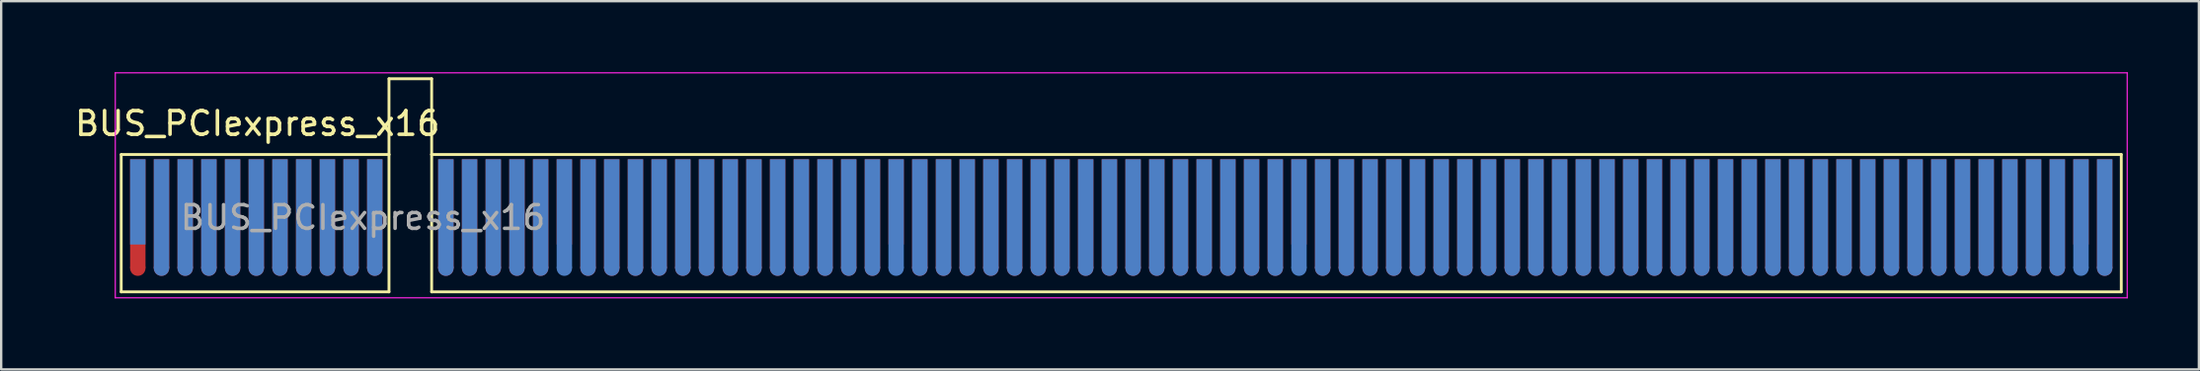
<source format=kicad_pcb>
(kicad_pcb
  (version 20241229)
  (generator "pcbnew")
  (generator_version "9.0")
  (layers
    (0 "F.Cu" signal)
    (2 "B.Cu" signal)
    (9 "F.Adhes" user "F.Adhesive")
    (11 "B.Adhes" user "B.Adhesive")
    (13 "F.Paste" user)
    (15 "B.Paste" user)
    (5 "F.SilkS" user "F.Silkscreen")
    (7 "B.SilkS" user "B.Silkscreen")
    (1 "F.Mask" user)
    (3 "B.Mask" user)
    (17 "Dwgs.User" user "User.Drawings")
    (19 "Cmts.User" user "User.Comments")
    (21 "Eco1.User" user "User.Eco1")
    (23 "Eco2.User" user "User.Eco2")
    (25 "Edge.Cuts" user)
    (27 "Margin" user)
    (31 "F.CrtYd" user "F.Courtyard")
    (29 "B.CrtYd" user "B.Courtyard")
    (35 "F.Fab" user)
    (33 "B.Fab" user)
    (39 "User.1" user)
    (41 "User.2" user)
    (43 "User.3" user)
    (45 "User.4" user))
  (footprint "BUS_PCIexpress_x16"
    (layer "F.Cu")
    (at 2.765 5.475)
    (property "Reference" "BUS_PCIexpress_x16" (at 5.05 -3.31 0) (layer "F.SilkS") (effects (font (size 1 1) (thickness 0.15))))
    (attr exclude_from_pos_files exclude_from_bom)
    (fp_line (start -0.7 -2) (end 10.6 -2) (stroke (width 0.12) (type solid)) (layer "F.SilkS"))
    (fp_line (start -0.7 3.8) (end -0.7 -2) (stroke (width 0.12) (type solid)) (layer "F.SilkS"))
    (fp_line (start 10.6 -5.2) (end 12.4 -5.2) (stroke (width 0.12) (type solid)) (layer "F.SilkS"))
    (fp_line (start 10.6 -2) (end 10.6 -5.2) (stroke (width 0.12) (type solid)) (layer "F.SilkS"))
    (fp_line (start 10.6 -2) (end 10.6 3.8) (stroke (width 0.12) (type solid)) (layer "F.SilkS"))
    (fp_line (start 10.6 3.8) (end -0.7 3.8) (stroke (width 0.12) (type solid)) (layer "F.SilkS"))
    (fp_line (start 12.4 -5.2) (end 12.4 -2) (stroke (width 0.12) (type solid)) (layer "F.SilkS"))
    (fp_line (start 12.4 -2) (end 12.4 3.8) (stroke (width 0.12) (type solid)) (layer "F.SilkS"))
    (fp_line (start 12.4 3.8) (end 83.7 3.8) (stroke (width 0.12) (type solid)) (layer "F.SilkS"))
    (fp_line (start 83.7 -2) (end 12.4 -2) (stroke (width 0.12) (type solid)) (layer "F.SilkS"))
    (fp_line (start 83.7 -2) (end 83.7 3.8) (stroke (width 0.12) (type solid)) (layer "F.SilkS"))
    (fp_line (start -0.95 -5.45) (end -0.95 4.05) (stroke (width 0.05) (type solid)) (layer "F.CrtYd"))
    (fp_line (start -0.95 -5.45) (end 83.95 -5.45) (stroke (width 0.05) (type solid)) (layer "F.CrtYd"))
    (fp_line (start 83.95 4.05) (end -0.95 4.05) (stroke (width 0.05) (type solid)) (layer "F.CrtYd"))
    (fp_line (start 83.95 4.05) (end 83.95 -5.45) (stroke (width 0.05) (type solid)) (layer "F.CrtYd"))
    (fp_text user "${REFERENCE}" (at 9.5 0.662 0) (layer "F.Fab") (effects (font (size 1 1) (thickness 0.15))))
    (pad "" connect circle (at 0 2.8) (size 0.65 0.65) (layers "F.Cu" "F.Mask"))
    (pad "" connect circle (at 1 2.8) (size 0.65 0.65) (layers "F.Cu" "F.Mask"))
    (pad "" connect circle (at 1 2.8) (size 0.65 0.65) (layers "B.Cu" "B.Mask"))
    (pad "" connect circle (at 2 2.8) (size 0.65 0.65) (layers "F.Cu" "F.Mask"))
    (pad "" connect circle (at 2 2.8) (size 0.65 0.65) (layers "B.Cu" "B.Mask"))
    (pad "" connect circle (at 3 2.8) (size 0.65 0.65) (layers "F.Cu" "F.Mask"))
    (pad "" connect circle (at 3 2.8) (size 0.65 0.65) (layers "B.Cu" "B.Mask"))
    (pad "" connect circle (at 4 2.8) (size 0.65 0.65) (layers "F.Cu" "F.Mask"))
    (pad "" connect circle (at 4 2.8) (size 0.65 0.65) (layers "B.Cu" "B.Mask"))
    (pad "" connect circle (at 5 2.8) (size 0.65 0.65) (layers "F.Cu" "F.Mask"))
    (pad "" connect circle (at 5 2.8) (size 0.65 0.65) (layers "B.Cu" "B.Mask"))
    (pad "" connect circle (at 6 2.8) (size 0.65 0.65) (layers "F.Cu" "F.Mask"))
    (pad "" connect circle (at 6 2.8) (size 0.65 0.65) (layers "B.Cu" "B.Mask"))
    (pad "" connect circle (at 7 2.8) (size 0.65 0.65) (layers "F.Cu" "F.Mask"))
    (pad "" connect circle (at 7 2.8) (size 0.65 0.65) (layers "B.Cu" "B.Mask"))
    (pad "" connect circle (at 8 2.8) (size 0.65 0.65) (layers "F.Cu" "F.Mask"))
    (pad "" connect circle (at 8 2.8) (size 0.65 0.65) (layers "B.Cu" "B.Mask"))
    (pad "" connect circle (at 9 2.8) (size 0.65 0.65) (layers "F.Cu" "F.Mask"))
    (pad "" connect circle (at 9 2.8) (size 0.65 0.65) (layers "B.Cu" "B.Mask"))
    (pad "" connect circle (at 10 2.8) (size 0.65 0.65) (layers "F.Cu" "F.Mask"))
    (pad "" connect circle (at 10 2.8) (size 0.65 0.65) (layers "B.Cu" "B.Mask"))
    (pad "" connect circle (at 13 2.8) (size 0.65 0.65) (layers "F.Cu" "F.Mask"))
    (pad "" connect circle (at 13 2.8) (size 0.65 0.65) (layers "B.Cu" "B.Mask"))
    (pad "" connect circle (at 14 2.8) (size 0.65 0.65) (layers "F.Cu" "F.Mask"))
    (pad "" connect circle (at 14 2.8) (size 0.65 0.65) (layers "B.Cu" "B.Mask"))
    (pad "" connect circle (at 15 2.8) (size 0.65 0.65) (layers "F.Cu" "F.Mask"))
    (pad "" connect circle (at 15 2.8) (size 0.65 0.65) (layers "B.Cu" "B.Mask"))
    (pad "" connect circle (at 16 2.8) (size 0.65 0.65) (layers "F.Cu" "F.Mask"))
    (pad "" connect circle (at 16 2.8) (size 0.65 0.65) (layers "B.Cu" "B.Mask"))
    (pad "" connect circle (at 17 2.8) (size 0.65 0.65) (layers "F.Cu" "F.Mask"))
    (pad "" connect circle (at 17 2.8) (size 0.65 0.65) (layers "B.Cu" "B.Mask"))
    (pad "" connect circle (at 18 2.8) (size 0.65 0.65) (layers "B.Cu" "B.Mask"))
    (pad "" connect circle (at 19 2.8) (size 0.65 0.65) (layers "F.Cu" "F.Mask"))
    (pad "" connect circle (at 19 2.8) (size 0.65 0.65) (layers "B.Cu" "B.Mask"))
    (pad "" connect circle (at 20 2.8) (size 0.65 0.65) (layers "F.Cu" "F.Mask"))
    (pad "" connect circle (at 20 2.8) (size 0.65 0.65) (layers "B.Cu" "B.Mask"))
    (pad "" connect circle (at 21 2.8) (size 0.65 0.65) (layers "F.Cu" "F.Mask"))
    (pad "" connect circle (at 21 2.8) (size 0.65 0.65) (layers "B.Cu" "B.Mask"))
    (pad "" connect circle (at 22 2.8) (size 0.65 0.65) (layers "F.Cu" "F.Mask"))
    (pad "" connect circle (at 22 2.8) (size 0.65 0.65) (layers "B.Cu" "B.Mask"))
    (pad "" connect circle (at 23 2.8) (size 0.65 0.65) (layers "F.Cu" "F.Mask"))
    (pad "" connect circle (at 23 2.8) (size 0.65 0.65) (layers "B.Cu" "B.Mask"))
    (pad "" connect circle (at 24 2.8) (size 0.65 0.65) (layers "F.Cu" "F.Mask"))
    (pad "" connect circle (at 24 2.8) (size 0.65 0.65) (layers "B.Cu" "B.Mask"))
    (pad "" connect circle (at 25 2.8) (size 0.65 0.65) (layers "F.Cu" "F.Mask"))
    (pad "" connect circle (at 25 2.8) (size 0.65 0.65) (layers "B.Cu" "B.Mask"))
    (pad "" connect circle (at 26 2.8) (size 0.65 0.65) (layers "F.Cu" "F.Mask"))
    (pad "" connect circle (at 26 2.8) (size 0.65 0.65) (layers "B.Cu" "B.Mask"))
    (pad "" connect circle (at 27 2.8) (size 0.65 0.65) (layers "F.Cu" "F.Mask"))
    (pad "" connect circle (at 27 2.8) (size 0.65 0.65) (layers "B.Cu" "B.Mask"))
    (pad "" connect circle (at 28 2.8) (size 0.65 0.65) (layers "F.Cu" "F.Mask"))
    (pad "" connect circle (at 28 2.8) (size 0.65 0.65) (layers "B.Cu" "B.Mask"))
    (pad "" connect circle (at 29 2.8) (size 0.65 0.65) (layers "F.Cu" "F.Mask"))
    (pad "" connect circle (at 29 2.8) (size 0.65 0.65) (layers "B.Cu" "B.Mask"))
    (pad "" connect circle (at 30 2.8) (size 0.65 0.65) (layers "F.Cu" "F.Mask"))
    (pad "" connect circle (at 30 2.8) (size 0.65 0.65) (layers "B.Cu" "B.Mask"))
    (pad "" connect circle (at 31 2.8) (size 0.65 0.65) (layers "F.Cu" "F.Mask"))
    (pad "" connect circle (at 31 2.8) (size 0.65 0.65) (layers "B.Cu" "B.Mask"))
    (pad "" connect circle (at 32 2.8) (size 0.65 0.65) (layers "B.Cu" "B.Mask"))
    (pad "" connect circle (at 33 2.8) (size 0.65 0.65) (layers "F.Cu" "F.Mask"))
    (pad "" connect circle (at 33 2.8) (size 0.65 0.65) (layers "B.Cu" "B.Mask"))
    (pad "" connect circle (at 34 2.8) (size 0.65 0.65) (layers "F.Cu" "F.Mask"))
    (pad "" connect circle (at 34 2.8) (size 0.65 0.65) (layers "B.Cu" "B.Mask"))
    (pad "" connect circle (at 35 2.8) (size 0.65 0.65) (layers "F.Cu" "F.Mask"))
    (pad "" connect circle (at 35 2.8) (size 0.65 0.65) (layers "B.Cu" "B.Mask"))
    (pad "" connect circle (at 36 2.8) (size 0.65 0.65) (layers "F.Cu" "F.Mask"))
    (pad "" connect circle (at 36 2.8) (size 0.65 0.65) (layers "B.Cu" "B.Mask"))
    (pad "" connect circle (at 37 2.8) (size 0.65 0.65) (layers "F.Cu" "F.Mask"))
    (pad "" connect circle (at 37 2.8) (size 0.65 0.65) (layers "B.Cu" "B.Mask"))
    (pad "" connect circle (at 38 2.8) (size 0.65 0.65) (layers "F.Cu" "F.Mask"))
    (pad "" connect circle (at 38 2.8) (size 0.65 0.65) (layers "B.Cu" "B.Mask"))
    (pad "" connect circle (at 39 2.8) (size 0.65 0.65) (layers "F.Cu" "F.Mask"))
    (pad "" connect circle (at 39 2.8) (size 0.65 0.65) (layers "B.Cu" "B.Mask"))
    (pad "" connect circle (at 40 2.8) (size 0.65 0.65) (layers "F.Cu" "F.Mask"))
    (pad "" connect circle (at 40 2.8) (size 0.65 0.65) (layers "B.Cu" "B.Mask"))
    (pad "" connect circle (at 41 2.8) (size 0.65 0.65) (layers "F.Cu" "F.Mask"))
    (pad "" connect circle (at 41 2.8) (size 0.65 0.65) (layers "B.Cu" "B.Mask"))
    (pad "" connect circle (at 42 2.8) (size 0.65 0.65) (layers "F.Cu" "F.Mask"))
    (pad "" connect circle (at 42 2.8) (size 0.65 0.65) (layers "B.Cu" "B.Mask"))
    (pad "" connect circle (at 43 2.8) (size 0.65 0.65) (layers "F.Cu" "F.Mask"))
    (pad "" connect circle (at 43 2.8) (size 0.65 0.65) (layers "B.Cu" "B.Mask"))
    (pad "" connect circle (at 44 2.8) (size 0.65 0.65) (layers "F.Cu" "F.Mask"))
    (pad "" connect circle (at 44 2.8) (size 0.65 0.65) (layers "B.Cu" "B.Mask"))
    (pad "" connect circle (at 45 2.8) (size 0.65 0.65) (layers "F.Cu" "F.Mask"))
    (pad "" connect circle (at 45 2.8) (size 0.65 0.65) (layers "B.Cu" "B.Mask"))
    (pad "" connect circle (at 46 2.8) (size 0.65 0.65) (layers "F.Cu" "F.Mask"))
    (pad "" connect circle (at 46 2.8) (size 0.65 0.65) (layers "B.Cu" "B.Mask"))
    (pad "" connect circle (at 47 2.8) (size 0.65 0.65) (layers "F.Cu" "F.Mask"))
    (pad "" connect circle (at 47 2.8) (size 0.65 0.65) (layers "B.Cu" "B.Mask"))
    (pad "" connect circle (at 48 2.8) (size 0.65 0.65) (layers "F.Cu" "F.Mask"))
    (pad "" connect circle (at 48 2.8) (size 0.65 0.65) (layers "B.Cu" "B.Mask"))
    (pad "" connect circle (at 49 2.8) (size 0.65 0.65) (layers "B.Cu" "B.Mask"))
    (pad "" connect circle (at 50 2.8) (size 0.65 0.65) (layers "F.Cu" "F.Mask"))
    (pad "" connect circle (at 50 2.8) (size 0.65 0.65) (layers "B.Cu" "B.Mask"))
    (pad "" connect circle (at 51 2.8) (size 0.65 0.65) (layers "F.Cu" "F.Mask"))
    (pad "" connect circle (at 51 2.8) (size 0.65 0.65) (layers "B.Cu" "B.Mask"))
    (pad "" connect circle (at 52 2.8) (size 0.65 0.65) (layers "F.Cu" "F.Mask"))
    (pad "" connect circle (at 52 2.8) (size 0.65 0.65) (layers "B.Cu" "B.Mask"))
    (pad "" connect circle (at 53 2.8) (size 0.65 0.65) (layers "F.Cu" "F.Mask"))
    (pad "" connect circle (at 53 2.8) (size 0.65 0.65) (layers "B.Cu" "B.Mask"))
    (pad "" connect circle (at 54 2.8) (size 0.65 0.65) (layers "F.Cu" "F.Mask"))
    (pad "" connect circle (at 54 2.8) (size 0.65 0.65) (layers "B.Cu" "B.Mask"))
    (pad "" connect circle (at 55 2.8) (size 0.65 0.65) (layers "F.Cu" "F.Mask"))
    (pad "" connect circle (at 55 2.8) (size 0.65 0.65) (layers "B.Cu" "B.Mask"))
    (pad "" connect circle (at 56 2.8) (size 0.65 0.65) (layers "F.Cu" "F.Mask"))
    (pad "" connect circle (at 56 2.8) (size 0.65 0.65) (layers "B.Cu" "B.Mask"))
    (pad "" connect circle (at 57 2.8) (size 0.65 0.65) (layers "F.Cu" "F.Mask"))
    (pad "" connect circle (at 57 2.8) (size 0.65 0.65) (layers "B.Cu" "B.Mask"))
    (pad "" connect circle (at 58 2.8) (size 0.65 0.65) (layers "F.Cu" "F.Mask"))
    (pad "" connect circle (at 58 2.8) (size 0.65 0.65) (layers "B.Cu" "B.Mask"))
    (pad "" connect circle (at 59 2.8) (size 0.65 0.65) (layers "F.Cu" "F.Mask"))
    (pad "" connect circle (at 59 2.8) (size 0.65 0.65) (layers "B.Cu" "B.Mask"))
    (pad "" connect circle (at 60 2.8) (size 0.65 0.65) (layers "F.Cu" "F.Mask"))
    (pad "" connect circle (at 60 2.8) (size 0.65 0.65) (layers "B.Cu" "B.Mask"))
    (pad "" connect circle (at 61 2.8) (size 0.65 0.65) (layers "F.Cu" "F.Mask"))
    (pad "" connect circle (at 61 2.8) (size 0.65 0.65) (layers "B.Cu" "B.Mask"))
    (pad "" connect circle (at 62 2.8) (size 0.65 0.65) (layers "F.Cu" "F.Mask"))
    (pad "" connect circle (at 62 2.8) (size 0.65 0.65) (layers "B.Cu" "B.Mask"))
    (pad "" connect circle (at 63 2.8) (size 0.65 0.65) (layers "F.Cu" "F.Mask"))
    (pad "" connect circle (at 63 2.8) (size 0.65 0.65) (layers "B.Cu" "B.Mask"))
    (pad "" connect circle (at 64 2.8) (size 0.65 0.65) (layers "F.Cu" "F.Mask"))
    (pad "" connect circle (at 64 2.8) (size 0.65 0.65) (layers "B.Cu" "B.Mask"))
    (pad "" connect circle (at 65 2.8) (size 0.65 0.65) (layers "F.Cu" "F.Mask"))
    (pad "" connect circle (at 65 2.8) (size 0.65 0.65) (layers "B.Cu" "B.Mask"))
    (pad "" connect circle (at 66 2.8) (size 0.65 0.65) (layers "F.Cu" "F.Mask"))
    (pad "" connect circle (at 66 2.8) (size 0.65 0.65) (layers "B.Cu" "B.Mask"))
    (pad "" connect circle (at 67 2.8) (size 0.65 0.65) (layers "F.Cu" "F.Mask"))
    (pad "" connect circle (at 67 2.8) (size 0.65 0.65) (layers "B.Cu" "B.Mask"))
    (pad "" connect circle (at 68 2.8) (size 0.65 0.65) (layers "F.Cu" "F.Mask"))
    (pad "" connect circle (at 68 2.8) (size 0.65 0.65) (layers "B.Cu" "B.Mask"))
    (pad "" connect circle (at 69 2.8) (size 0.65 0.65) (layers "F.Cu" "F.Mask"))
    (pad "" connect circle (at 69 2.8) (size 0.65 0.65) (layers "B.Cu" "B.Mask"))
    (pad "" connect circle (at 70 2.8) (size 0.65 0.65) (layers "F.Cu" "F.Mask"))
    (pad "" connect circle (at 70 2.8) (size 0.65 0.65) (layers "B.Cu" "B.Mask"))
    (pad "" connect circle (at 71 2.8) (size 0.65 0.65) (layers "F.Cu" "F.Mask"))
    (pad "" connect circle (at 71 2.8) (size 0.65 0.65) (layers "B.Cu" "B.Mask"))
    (pad "" connect circle (at 72 2.8) (size 0.65 0.65) (layers "F.Cu" "F.Mask"))
    (pad "" connect circle (at 72 2.8) (size 0.65 0.65) (layers "B.Cu" "B.Mask"))
    (pad "" connect circle (at 73 2.8) (size 0.65 0.65) (layers "F.Cu" "F.Mask"))
    (pad "" connect circle (at 73 2.8) (size 0.65 0.65) (layers "B.Cu" "B.Mask"))
    (pad "" connect circle (at 74 2.8) (size 0.65 0.65) (layers "F.Cu" "F.Mask"))
    (pad "" connect circle (at 74 2.8) (size 0.65 0.65) (layers "B.Cu" "B.Mask"))
    (pad "" connect circle (at 75 2.8) (size 0.65 0.65) (layers "F.Cu" "F.Mask"))
    (pad "" connect circle (at 75 2.8) (size 0.65 0.65) (layers "B.Cu" "B.Mask"))
    (pad "" connect circle (at 76 2.8) (size 0.65 0.65) (layers "F.Cu" "F.Mask"))
    (pad "" connect circle (at 76 2.8) (size 0.65 0.65) (layers "B.Cu" "B.Mask"))
    (pad "" connect circle (at 77 2.8) (size 0.65 0.65) (layers "F.Cu" "F.Mask"))
    (pad "" connect circle (at 77 2.8) (size 0.65 0.65) (layers "B.Cu" "B.Mask"))
    (pad "" connect circle (at 78 2.8) (size 0.65 0.65) (layers "F.Cu" "F.Mask"))
    (pad "" connect circle (at 78 2.8) (size 0.65 0.65) (layers "B.Cu" "B.Mask"))
    (pad "" connect circle (at 79 2.8) (size 0.65 0.65) (layers "F.Cu" "F.Mask"))
    (pad "" connect circle (at 79 2.8) (size 0.65 0.65) (layers "B.Cu" "B.Mask"))
    (pad "" connect circle (at 80 2.8) (size 0.65 0.65) (layers "F.Cu" "F.Mask"))
    (pad "" connect circle (at 80 2.8) (size 0.65 0.65) (layers "B.Cu" "B.Mask"))
    (pad "" connect circle (at 81 2.8) (size 0.65 0.65) (layers "F.Cu" "F.Mask"))
    (pad "" connect circle (at 81 2.8) (size 0.65 0.65) (layers "B.Cu" "B.Mask"))
    (pad "" connect circle (at 82 2.8) (size 0.65 0.65) (layers "B.Cu" "B.Mask"))
    (pad "" connect circle (at 83 2.8) (size 0.65 0.65) (layers "F.Cu" "F.Mask"))
    (pad "" connect circle (at 83 2.8) (size 0.65 0.65) (layers "B.Cu" "B.Mask"))
    (pad "A1" connect rect (at 0 0) (size 0.65 3.6) (layers "B.Cu" "B.Mask"))
    (pad "A2" connect rect (at 1 0.5) (size 0.65 4.6) (layers "B.Cu" "B.Mask"))
    (pad "A3" connect rect (at 2 0.5) (size 0.65 4.6) (layers "B.Cu" "B.Mask"))
    (pad "A4" connect rect (at 3 0.5) (size 0.65 4.6) (layers "B.Cu" "B.Mask"))
    (pad "A5" connect rect (at 4 0.5) (size 0.65 4.6) (layers "B.Cu" "B.Mask"))
    (pad "A6" connect rect (at 5 0.5) (size 0.65 4.6) (layers "B.Cu" "B.Mask"))
    (pad "A7" connect rect (at 6 0.5) (size 0.65 4.6) (layers "B.Cu" "B.Mask"))
    (pad "A8" connect rect (at 7 0.5) (size 0.65 4.6) (layers "B.Cu" "B.Mask"))
    (pad "A9" connect rect (at 8 0.5) (size 0.65 4.6) (layers "B.Cu" "B.Mask"))
    (pad "A10" connect rect (at 9 0.5) (size 0.65 4.6) (layers "B.Cu" "B.Mask"))
    (pad "A11" connect rect (at 10 0.5) (size 0.65 4.6) (layers "B.Cu" "B.Mask"))
    (pad "A12" connect rect (at 13 0.5) (size 0.65 4.6) (layers "B.Cu" "B.Mask"))
    (pad "A13" connect rect (at 14 0.5) (size 0.65 4.6) (layers "B.Cu" "B.Mask"))
    (pad "A14" connect rect (at 15 0.5) (size 0.65 4.6) (layers "B.Cu" "B.Mask"))
    (pad "A15" connect rect (at 16 0.5) (size 0.65 4.6) (layers "B.Cu" "B.Mask"))
    (pad "A16" connect rect (at 17 0.5) (size 0.65 4.6) (layers "B.Cu" "B.Mask"))
    (pad "A17" connect rect (at 18 0.5) (size 0.65 4.6) (layers "B.Cu" "B.Mask"))
    (pad "A18" connect rect (at 19 0.5) (size 0.65 4.6) (layers "B.Cu" "B.Mask"))
    (pad "A19" connect rect (at 20 0.5) (size 0.65 4.6) (layers "B.Cu" "B.Mask"))
    (pad "A20" connect rect (at 21 0.5) (size 0.65 4.6) (layers "B.Cu" "B.Mask"))
    (pad "A21" connect rect (at 22 0.5) (size 0.65 4.6) (layers "B.Cu" "B.Mask"))
    (pad "A22" connect rect (at 23 0.5) (size 0.65 4.6) (layers "B.Cu" "B.Mask"))
    (pad "A23" connect rect (at 24 0.5) (size 0.65 4.6) (layers "B.Cu" "B.Mask"))
    (pad "A24" connect rect (at 25 0.5) (size 0.65 4.6) (layers "B.Cu" "B.Mask"))
    (pad "A25" connect rect (at 26 0.5) (size 0.65 4.6) (layers "B.Cu" "B.Mask"))
    (pad "A26" connect rect (at 27 0.5) (size 0.65 4.6) (layers "B.Cu" "B.Mask"))
    (pad "A27" connect rect (at 28 0.5) (size 0.65 4.6) (layers "B.Cu" "B.Mask"))
    (pad "A28" connect rect (at 29 0.5) (size 0.65 4.6) (layers "B.Cu" "B.Mask"))
    (pad "A29" connect rect (at 30 0.5) (size 0.65 4.6) (layers "B.Cu" "B.Mask"))
    (pad "A30" connect rect (at 31 0.5) (size 0.65 4.6) (layers "B.Cu" "B.Mask"))
    (pad "A31" connect rect (at 32 0.5) (size 0.65 4.6) (layers "B.Cu" "B.Mask"))
    (pad "A32" connect rect (at 33 0.5) (size 0.65 4.6) (layers "B.Cu" "B.Mask"))
    (pad "A33" connect rect (at 34 0.5) (size 0.65 4.6) (layers "B.Cu" "B.Mask"))
    (pad "A34" connect rect (at 35 0.5) (size 0.65 4.6) (layers "B.Cu" "B.Mask"))
    (pad "A35" connect rect (at 36 0.5) (size 0.65 4.6) (layers "B.Cu" "B.Mask"))
    (pad "A36" connect rect (at 37 0.5) (size 0.65 4.6) (layers "B.Cu" "B.Mask"))
    (pad "A37" connect rect (at 38 0.5) (size 0.65 4.6) (layers "B.Cu" "B.Mask"))
    (pad "A38" connect rect (at 39 0.5) (size 0.65 4.6) (layers "B.Cu" "B.Mask"))
    (pad "A39" connect rect (at 40 0.5) (size 0.65 4.6) (layers "B.Cu" "B.Mask"))
    (pad "A40" connect rect (at 41 0.5) (size 0.65 4.6) (layers "B.Cu" "B.Mask"))
    (pad "A41" connect rect (at 42 0.5) (size 0.65 4.6) (layers "B.Cu" "B.Mask"))
    (pad "A42" connect rect (at 43 0.5) (size 0.65 4.6) (layers "B.Cu" "B.Mask"))
    (pad "A43" connect rect (at 44 0.5) (size 0.65 4.6) (layers "B.Cu" "B.Mask"))
    (pad "A44" connect rect (at 45 0.5) (size 0.65 4.6) (layers "B.Cu" "B.Mask"))
    (pad "A45" connect rect (at 46 0.5) (size 0.65 4.6) (layers "B.Cu" "B.Mask"))
    (pad "A46" connect rect (at 47 0.5) (size 0.65 4.6) (layers "B.Cu" "B.Mask"))
    (pad "A47" connect rect (at 48 0.5) (size 0.65 4.6) (layers "B.Cu" "B.Mask"))
    (pad "A48" connect rect (at 49 0.5) (size 0.65 4.6) (layers "B.Cu" "B.Mask"))
    (pad "A49" connect rect (at 50 0.5) (size 0.65 4.6) (layers "B.Cu" "B.Mask"))
    (pad "A50" connect rect (at 51 0.5) (size 0.65 4.6) (layers "B.Cu" "B.Mask"))
    (pad "A51" connect rect (at 52 0.5) (size 0.65 4.6) (layers "B.Cu" "B.Mask"))
    (pad "A52" connect rect (at 53 0.5) (size 0.65 4.6) (layers "B.Cu" "B.Mask"))
    (pad "A53" connect rect (at 54 0.5) (size 0.65 4.6) (layers "B.Cu" "B.Mask"))
    (pad "A54" connect rect (at 55 0.5) (size 0.65 4.6) (layers "B.Cu" "B.Mask"))
    (pad "A55" connect rect (at 56 0.5) (size 0.65 4.6) (layers "B.Cu" "B.Mask"))
    (pad "A56" connect rect (at 57 0.5) (size 0.65 4.6) (layers "B.Cu" "B.Mask"))
    (pad "A57" connect rect (at 58 0.5) (size 0.65 4.6) (layers "B.Cu" "B.Mask"))
    (pad "A58" connect rect (at 59 0.5) (size 0.65 4.6) (layers "B.Cu" "B.Mask"))
    (pad "A59" connect rect (at 60 0.5) (size 0.65 4.6) (layers "B.Cu" "B.Mask"))
    (pad "A60" connect rect (at 61 0.5) (size 0.65 4.6) (layers "B.Cu" "B.Mask"))
    (pad "A61" connect rect (at 62 0.5) (size 0.65 4.6) (layers "B.Cu" "B.Mask"))
    (pad "A62" connect rect (at 63 0.5) (size 0.65 4.6) (layers "B.Cu" "B.Mask"))
    (pad "A63" connect rect (at 64 0.5) (size 0.65 4.6) (layers "B.Cu" "B.Mask"))
    (pad "A64" connect rect (at 65 0.5) (size 0.65 4.6) (layers "B.Cu" "B.Mask"))
    (pad "A65" connect rect (at 66 0.5) (size 0.65 4.6) (layers "B.Cu" "B.Mask"))
    (pad "A66" connect rect (at 67 0.5) (size 0.65 4.6) (layers "B.Cu" "B.Mask"))
    (pad "A67" connect rect (at 68 0.5) (size 0.65 4.6) (layers "B.Cu" "B.Mask"))
    (pad "A68" connect rect (at 69 0.5) (size 0.65 4.6) (layers "B.Cu" "B.Mask"))
    (pad "A69" connect rect (at 70 0.5) (size 0.65 4.6) (layers "B.Cu" "B.Mask"))
    (pad "A70" connect rect (at 71 0.5) (size 0.65 4.6) (layers "B.Cu" "B.Mask"))
    (pad "A71" connect rect (at 72 0.5) (size 0.65 4.6) (layers "B.Cu" "B.Mask"))
    (pad "A72" connect rect (at 73 0.5) (size 0.65 4.6) (layers "B.Cu" "B.Mask"))
    (pad "A73" connect rect (at 74 0.5) (size 0.65 4.6) (layers "B.Cu" "B.Mask"))
    (pad "A74" connect rect (at 75 0.5) (size 0.65 4.6) (layers "B.Cu" "B.Mask"))
    (pad "A75" connect rect (at 76 0.5) (size 0.65 4.6) (layers "B.Cu" "B.Mask"))
    (pad "A76" connect rect (at 77 0.5) (size 0.65 4.6) (layers "B.Cu" "B.Mask"))
    (pad "A77" connect rect (at 78 0.5) (size 0.65 4.6) (layers "B.Cu" "B.Mask"))
    (pad "A78" connect rect (at 79 0.5) (size 0.65 4.6) (layers "B.Cu" "B.Mask"))
    (pad "A79" connect rect (at 80 0.5) (size 0.65 4.6) (layers "B.Cu" "B.Mask"))
    (pad "A80" connect rect (at 81 0.5) (size 0.65 4.6) (layers "B.Cu" "B.Mask"))
    (pad "A81" connect rect (at 82 0.5) (size 0.65 4.6) (layers "B.Cu" "B.Mask"))
    (pad "A82" connect rect (at 83 0.5) (size 0.65 4.6) (layers "B.Cu" "B.Mask"))
    (pad "B1" connect rect (at 0 0.5) (size 0.65 4.6) (layers "F.Cu" "F.Mask"))
    (pad "B2" connect rect (at 1 0.5) (size 0.65 4.6) (layers "F.Cu" "F.Mask"))
    (pad "B3" connect rect (at 2 0.5) (size 0.65 4.6) (layers "F.Cu" "F.Mask"))
    (pad "B4" connect rect (at 3 0.5) (size 0.65 4.6) (layers "F.Cu" "F.Mask"))
    (pad "B5" connect rect (at 4 0.5) (size 0.65 4.6) (layers "F.Cu" "F.Mask"))
    (pad "B6" connect rect (at 5 0.5) (size 0.65 4.6) (layers "F.Cu" "F.Mask"))
    (pad "B7" connect rect (at 6 0.5) (size 0.65 4.6) (layers "F.Cu" "F.Mask"))
    (pad "B8" connect rect (at 7 0.5) (size 0.65 4.6) (layers "F.Cu" "F.Mask"))
    (pad "B9" connect rect (at 8 0.5) (size 0.65 4.6) (layers "F.Cu" "F.Mask"))
    (pad "B10" connect rect (at 9 0.5) (size 0.65 4.6) (layers "F.Cu" "F.Mask"))
    (pad "B11" connect rect (at 10 0.5) (size 0.65 4.6) (layers "F.Cu" "F.Mask"))
    (pad "B12" connect rect (at 13 0.5) (size 0.65 4.6) (layers "F.Cu" "F.Mask"))
    (pad "B13" connect rect (at 14 0.5) (size 0.65 4.6) (layers "F.Cu" "F.Mask"))
    (pad "B14" connect rect (at 15 0.5) (size 0.65 4.6) (layers "F.Cu" "F.Mask"))
    (pad "B15" connect rect (at 16 0.5) (size 0.65 4.6) (layers "F.Cu" "F.Mask"))
    (pad "B16" connect rect (at 17 0.5) (size 0.65 4.6) (layers "F.Cu" "F.Mask"))
    (pad "B17" connect rect (at 18 0) (size 0.65 3.6) (layers "F.Cu" "F.Mask"))
    (pad "B18" connect rect (at 19 0.5) (size 0.65 4.6) (layers "F.Cu" "F.Mask"))
    (pad "B19" connect rect (at 20 0.5) (size 0.65 4.6) (layers "F.Cu" "F.Mask"))
    (pad "B20" connect rect (at 21 0.5) (size 0.65 4.6) (layers "F.Cu" "F.Mask"))
    (pad "B21" connect rect (at 22 0.5) (size 0.65 4.6) (layers "F.Cu" "F.Mask"))
    (pad "B22" connect rect (at 23 0.5) (size 0.65 4.6) (layers "F.Cu" "F.Mask"))
    (pad "B23" connect rect (at 24 0.5) (size 0.65 4.6) (layers "F.Cu" "F.Mask"))
    (pad "B24" connect rect (at 25 0.5) (size 0.65 4.6) (layers "F.Cu" "F.Mask"))
    (pad "B25" connect rect (at 26 0.5) (size 0.65 4.6) (layers "F.Cu" "F.Mask"))
    (pad "B26" connect rect (at 27 0.5) (size 0.65 4.6) (layers "F.Cu" "F.Mask"))
    (pad "B27" connect rect (at 28 0.5) (size 0.65 4.6) (layers "F.Cu" "F.Mask"))
    (pad "B28" connect rect (at 29 0.5) (size 0.65 4.6) (layers "F.Cu" "F.Mask"))
    (pad "B29" connect rect (at 30 0.5) (size 0.65 4.6) (layers "F.Cu" "F.Mask"))
    (pad "B30" connect rect (at 31 0.5) (size 0.65 4.6) (layers "F.Cu" "F.Mask"))
    (pad "B31" connect rect (at 32 0) (size 0.65 3.6) (layers "F.Cu" "F.Mask"))
    (pad "B32" connect rect (at 33 0.5) (size 0.65 4.6) (layers "F.Cu" "F.Mask"))
    (pad "B33" connect rect (at 34 0.5) (size 0.65 4.6) (layers "F.Cu" "F.Mask"))
    (pad "B34" connect rect (at 35 0.5) (size 0.65 4.6) (layers "F.Cu" "F.Mask"))
    (pad "B35" connect rect (at 36 0.5) (size 0.65 4.6) (layers "F.Cu" "F.Mask"))
    (pad "B36" connect rect (at 37 0.5) (size 0.65 4.6) (layers "F.Cu" "F.Mask"))
    (pad "B37" connect rect (at 38 0.5) (size 0.65 4.6) (layers "F.Cu" "F.Mask"))
    (pad "B38" connect rect (at 39 0.5) (size 0.65 4.6) (layers "F.Cu" "F.Mask"))
    (pad "B39" connect rect (at 40 0.5) (size 0.65 4.6) (layers "F.Cu" "F.Mask"))
    (pad "B40" connect rect (at 41 0.5) (size 0.65 4.6) (layers "F.Cu" "F.Mask"))
    (pad "B41" connect rect (at 42 0.5) (size 0.65 4.6) (layers "F.Cu" "F.Mask"))
    (pad "B42" connect rect (at 43 0.5) (size 0.65 4.6) (layers "F.Cu" "F.Mask"))
    (pad "B43" connect rect (at 44 0.5) (size 0.65 4.6) (layers "F.Cu" "F.Mask"))
    (pad "B44" connect rect (at 45 0.5) (size 0.65 4.6) (layers "F.Cu" "F.Mask"))
    (pad "B45" connect rect (at 46 0.5) (size 0.65 4.6) (layers "F.Cu" "F.Mask"))
    (pad "B46" connect rect (at 47 0.5) (size 0.65 4.6) (layers "F.Cu" "F.Mask"))
    (pad "B47" connect rect (at 48 0.5) (size 0.65 4.6) (layers "F.Cu" "F.Mask"))
    (pad "B48" connect rect (at 49 0) (size 0.65 3.6) (layers "F.Cu" "F.Mask"))
    (pad "B49" connect rect (at 50 0.5) (size 0.65 4.6) (layers "F.Cu" "F.Mask"))
    (pad "B50" connect rect (at 51 0.5) (size 0.65 4.6) (layers "F.Cu" "F.Mask"))
    (pad "B51" connect rect (at 52 0.5) (size 0.65 4.6) (layers "F.Cu" "F.Mask"))
    (pad "B52" connect rect (at 53 0.5) (size 0.65 4.6) (layers "F.Cu" "F.Mask"))
    (pad "B53" connect rect (at 54 0.5) (size 0.65 4.6) (layers "F.Cu" "F.Mask"))
    (pad "B54" connect rect (at 55 0.5) (size 0.65 4.6) (layers "F.Cu" "F.Mask"))
    (pad "B55" connect rect (at 56 0.5) (size 0.65 4.6) (layers "F.Cu" "F.Mask"))
    (pad "B56" connect rect (at 57 0.5) (size 0.65 4.6) (layers "F.Cu" "F.Mask"))
    (pad "B57" connect rect (at 58 0.5) (size 0.65 4.6) (layers "F.Cu" "F.Mask"))
    (pad "B58" connect rect (at 59 0.5) (size 0.65 4.6) (layers "F.Cu" "F.Mask"))
    (pad "B59" connect rect (at 60 0.5) (size 0.65 4.6) (layers "F.Cu" "F.Mask"))
    (pad "B60" connect rect (at 61 0.5) (size 0.65 4.6) (layers "F.Cu" "F.Mask"))
    (pad "B61" connect rect (at 62 0.5) (size 0.65 4.6) (layers "F.Cu" "F.Mask"))
    (pad "B62" connect rect (at 63 0.5) (size 0.65 4.6) (layers "F.Cu" "F.Mask"))
    (pad "B63" connect rect (at 64 0.5) (size 0.65 4.6) (layers "F.Cu" "F.Mask"))
    (pad "B64" connect rect (at 65 0.5) (size 0.65 4.6) (layers "F.Cu" "F.Mask"))
    (pad "B65" connect rect (at 66 0.5) (size 0.65 4.6) (layers "F.Cu" "F.Mask"))
    (pad "B66" connect rect (at 67 0.5) (size 0.65 4.6) (layers "F.Cu" "F.Mask"))
    (pad "B67" connect rect (at 68 0.5) (size 0.65 4.6) (layers "F.Cu" "F.Mask"))
    (pad "B68" connect rect (at 69 0.5) (size 0.65 4.6) (layers "F.Cu" "F.Mask"))
    (pad "B69" connect rect (at 70 0.5) (size 0.65 4.6) (layers "F.Cu" "F.Mask"))
    (pad "B70" connect rect (at 71 0.5) (size 0.65 4.6) (layers "F.Cu" "F.Mask"))
    (pad "B71" connect rect (at 72 0.5) (size 0.65 4.6) (layers "F.Cu" "F.Mask"))
    (pad "B72" connect rect (at 73 0.5) (size 0.65 4.6) (layers "F.Cu" "F.Mask"))
    (pad "B73" connect rect (at 74 0.5) (size 0.65 4.6) (layers "F.Cu" "F.Mask"))
    (pad "B74" connect rect (at 75 0.5) (size 0.65 4.6) (layers "F.Cu" "F.Mask"))
    (pad "B75" connect rect (at 76 0.5) (size 0.65 4.6) (layers "F.Cu" "F.Mask"))
    (pad "B76" connect rect (at 77 0.5) (size 0.65 4.6) (layers "F.Cu" "F.Mask"))
    (pad "B77" connect rect (at 78 0.5) (size 0.65 4.6) (layers "F.Cu" "F.Mask"))
    (pad "B78" connect rect (at 79 0.5) (size 0.65 4.6) (layers "F.Cu" "F.Mask"))
    (pad "B79" connect rect (at 80 0.5) (size 0.65 4.6) (layers "F.Cu" "F.Mask"))
    (pad "B80" connect rect (at 81 0.5) (size 0.65 4.6) (layers "F.Cu" "F.Mask"))
    (pad "B81" connect rect (at 82 0) (size 0.65 3.6) (layers "F.Cu" "F.Mask"))
    (pad "B82" connect rect (at 83 0.5) (size 0.65 4.6) (layers "F.Cu" "F.Mask")))
  (gr_rect
    (start -3 -3)
    (end 89.74 12.55)
    (stroke (width 0.1) (type default))
    (fill no)
    (layer "Edge.Cuts")))
</source>
